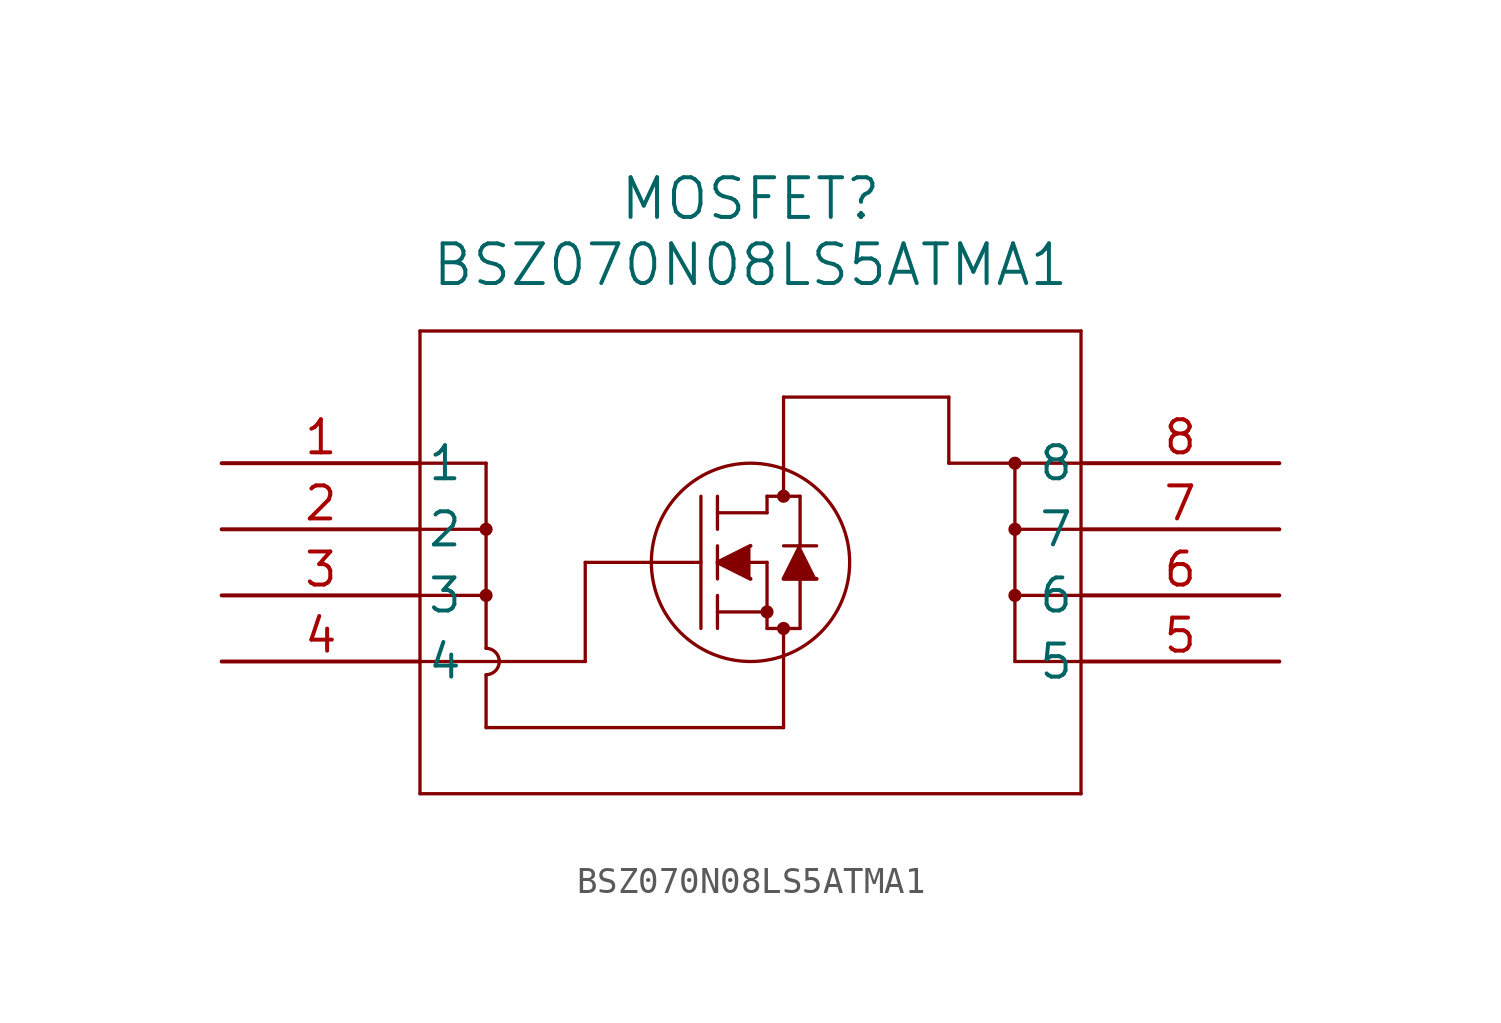
<source format=kicad_sym>
(kicad_symbol_lib
  (version 20211014)
  (generator kicad_symbol_editor)
  (symbol "BSZ070N08LS5ATMA1"
    (pin_names
      (offset 0.254))
    (property "Reference" "MOSFET"
      (at 20.32 10.16 0)
      (effects (font (size 1.524 1.524))))
    (property "Value" "BSZ070N08LS5ATMA1"
      (at 20.32 7.62 0)
      (effects (font (size 1.524 1.524))))
    (symbol "BSZ070N08LS5ATMA1_0_1"
      (polyline (pts (xy 7.62 5.08) (xy 7.62 -12.7)) (stroke (width 0.127) (type default) (color 0 0 0 0)) (fill (type none)))
      (polyline (pts (xy 7.62 -12.7) (xy 33.02 -12.7)) (stroke (width 0.127) (type default) (color 0 0 0 0)) (fill (type none)))
      (polyline (pts (xy 33.02 -12.7) (xy 33.02 5.08)) (stroke (width 0.127) (type default) (color 0 0 0 0)) (fill (type none)))
      (polyline (pts (xy 33.02 5.08) (xy 7.62 5.08)) (stroke (width 0.127) (type default) (color 0 0 0 0)) (fill (type none)))
      (circle (center 21.59 -1.27) (radius 0.127) (stroke (width 0.254) (type default) (color 0 0 0 0)) (fill (type none)))
      (circle (center 21.59 -6.35) (radius 0.127) (stroke (width 0.254) (type default) (color 0 0 0 0)) (fill (type none)))
      (circle (center 20.955 -5.715) (radius 0.127) (stroke (width 0.254) (type default) (color 0 0 0 0)) (fill (type none)))
      (circle (center 20.32 -3.81) (radius 3.81) (stroke (width 0.127) (type default) (color 0 0 0 0)) (fill (type none)))
      (polyline (pts (xy 13.97 -3.81) (xy 18.415 -3.81)) (stroke (width 0.127) (type default) (color 0 0 0 0)) (fill (type none)))
      (polyline (pts (xy 18.415 -6.35) (xy 18.415 -1.27)) (stroke (width 0.127) (type default) (color 0 0 0 0)) (fill (type none)))
      (polyline (pts (xy 19.05 -4.445) (xy 19.05 -3.175)) (stroke (width 0.127) (type default) (color 0 0 0 0)) (fill (type none)))
      (polyline (pts (xy 19.05 -6.35) (xy 19.05 -5.08)) (stroke (width 0.127) (type default) (color 0 0 0 0)) (fill (type none)))
      (polyline (pts (xy 19.05 -2.54) (xy 19.05 -1.27)) (stroke (width 0.127) (type default) (color 0 0 0 0)) (fill (type none)))
      (polyline (pts (xy 20.32 -3.81) (xy 20.955 -3.81)) (stroke (width 0.127) (type default) (color 0 0 0 0)) (fill (type none)))
      (polyline (pts (xy 19.05 -5.715) (xy 20.955 -5.715)) (stroke (width 0.127) (type default) (color 0 0 0 0)) (fill (type none)))
      (polyline (pts (xy 20.955 -6.35) (xy 20.955 -3.81)) (stroke (width 0.127) (type default) (color 0 0 0 0)) (fill (type none)))
      (polyline (pts (xy 20.955 -6.35) (xy 22.225 -6.35)) (stroke (width 0.127) (type default) (color 0 0 0 0)) (fill (type none)))
      (polyline (pts (xy 19.05 -1.905) (xy 20.955 -1.905)) (stroke (width 0.127) (type default) (color 0 0 0 0)) (fill (type none)))
      (polyline (pts (xy 22.225 -3.175) (xy 22.225 -1.27)) (stroke (width 0.127) (type default) (color 0 0 0 0)) (fill (type none)))
      (polyline (pts (xy 22.225 -6.35) (xy 22.225 -4.445)) (stroke (width 0.127) (type default) (color 0 0 0 0)) (fill (type none)))
      (polyline (pts (xy 22.86 -3.175) (xy 21.59 -3.175)) (stroke (width 0.127) (type default) (color 0 0 0 0)) (fill (type none)))
      (polyline (pts (xy 20.955 -1.27) (xy 22.225 -1.27)) (stroke (width 0.127) (type default) (color 0 0 0 0)) (fill (type none)))
      (polyline (pts (xy 20.955 -1.905) (xy 20.955 -1.27)) (stroke (width 0.127) (type default) (color 0 0 0 0)) (fill (type none)))
      (polyline (pts (xy 20.32 -3.175) (xy 19.05 -3.81) (xy 20.32 -4.445)) (stroke (width 0) (type default) (color 0 0 0 0)) (fill (type outline)))
      (polyline (pts (xy 22.86 -4.445) (xy 21.59 -4.445) (xy 22.225 -3.175)) (stroke (width 0) (type default) (color 0 0 0 0)) (fill (type outline)))
      (polyline (pts (xy 7.62 -7.62) (xy 13.97 -7.62)) (stroke (width 0.127) (type default) (color 0 0 0 0)) (fill (type none)))
      (polyline (pts (xy 13.97 -7.62) (xy 13.97 -3.81)) (stroke (width 0.127) (type default) (color 0 0 0 0)) (fill (type none)))
      (polyline (pts (xy 7.62 0) (xy 10.16 0)) (stroke (width 0.127) (type default) (color 0 0 0 0)) (fill (type none)))
      (polyline (pts (xy 7.62 -2.54) (xy 10.16 -2.54)) (stroke (width 0.127) (type default) (color 0 0 0 0)) (fill (type none)))
      (polyline (pts (xy 7.62 -5.08) (xy 10.16 -5.08)) (stroke (width 0.127) (type default) (color 0 0 0 0)) (fill (type none)))
      (polyline (pts (xy 10.16 0) (xy 10.16 -7.112)) (stroke (width 0.127) (type default) (color 0 0 0 0)) (fill (type none)))
      (polyline (pts (xy 10.16 -8.128) (xy 10.16 -10.16)) (stroke (width 0.127) (type default) (color 0 0 0 0)) (fill (type none)))
      (polyline (pts (xy 10.16 -10.16) (xy 21.59 -10.16)) (stroke (width 0.127) (type default) (color 0 0 0 0)) (fill (type none)))
      (polyline (pts (xy 21.59 -10.16) (xy 21.59 -6.35)) (stroke (width 0.127) (type default) (color 0 0 0 0)) (fill (type none)))
      (polyline (pts (xy 33.02 -7.62) (xy 30.48 -7.62)) (stroke (width 0.127) (type default) (color 0 0 0 0)) (fill (type none)))
      (polyline (pts (xy 30.48 -7.62) (xy 30.48 0)) (stroke (width 0.127) (type default) (color 0 0 0 0)) (fill (type none)))
      (polyline (pts (xy 33.02 -5.08) (xy 30.48 -5.08)) (stroke (width 0.127) (type default) (color 0 0 0 0)) (fill (type none)))
      (polyline (pts (xy 33.02 -2.54) (xy 30.48 -2.54)) (stroke (width 0.127) (type default) (color 0 0 0 0)) (fill (type none)))
      (polyline (pts (xy 33.02 0) (xy 27.94 0)) (stroke (width 0.127) (type default) (color 0 0 0 0)) (fill (type none)))
      (polyline (pts (xy 27.94 0) (xy 27.94 2.54)) (stroke (width 0.127) (type default) (color 0 0 0 0)) (fill (type none)))
      (polyline (pts (xy 27.94 2.54) (xy 21.59 2.54)) (stroke (width 0.127) (type default) (color 0 0 0 0)) (fill (type none)))
      (polyline (pts (xy 21.59 2.54) (xy 21.59 -1.27)) (stroke (width 0.127) (type default) (color 0 0 0 0)) (fill (type none)))
      (arc (start 10.16 -8.128) (mid 10.668 -7.62) (end 10.16 -7.112) (stroke (width 0.127) (type default) (color 0 0 0 0)) (fill (type none)))
      (circle (center 10.16 -2.54) (radius 0.127) (stroke (width 0.254) (type default) (color 0 0 0 0)) (fill (type none)))
      (circle (center 10.16 -5.08) (radius 0.127) (stroke (width 0.254) (type default) (color 0 0 0 0)) (fill (type none)))
      (circle (center 30.48 0) (radius 0.127) (stroke (width 0.254) (type default) (color 0 0 0 0)) (fill (type none)))
      (circle (center 30.48 -2.54) (radius 0.127) (stroke (width 0.254) (type default) (color 0 0 0 0)) (fill (type none)))
      (circle (center 30.48 -5.08) (radius 0.127) (stroke (width 0.254) (type default) (color 0 0 0 0)) (fill (type none)))
      (pin unspecified line (at 0 0 0) (length 7.62) (name "1" (effects (font (size 1.27 1.27)))) (number "1" (effects (font (size 1.27 1.27)))))
      (pin unspecified line (at 0 -2.54 0) (length 7.62) (name "2" (effects (font (size 1.27 1.27)))) (number "2" (effects (font (size 1.27 1.27)))))
      (pin unspecified line (at 0 -5.08 0) (length 7.62) (name "3" (effects (font (size 1.27 1.27)))) (number "3" (effects (font (size 1.27 1.27)))))
      (pin unspecified line (at 0 -7.62 0) (length 7.62) (name "4" (effects (font (size 1.27 1.27)))) (number "4" (effects (font (size 1.27 1.27)))))
      (pin unspecified line (at 40.64 -7.62 180) (length 7.62) (name "5" (effects (font (size 1.27 1.27)))) (number "5" (effects (font (size 1.27 1.27)))))
      (pin unspecified line (at 40.64 -5.08 180) (length 7.62) (name "6" (effects (font (size 1.27 1.27)))) (number "6" (effects (font (size 1.27 1.27)))))
      (pin unspecified line (at 40.64 -2.54 180) (length 7.62) (name "7" (effects (font (size 1.27 1.27)))) (number "7" (effects (font (size 1.27 1.27)))))
      (pin unspecified line (at 40.64 0 180) (length 7.62) (name "8" (effects (font (size 1.27 1.27)))) (number "8" (effects (font (size 1.27 1.27))))))))
</source>
